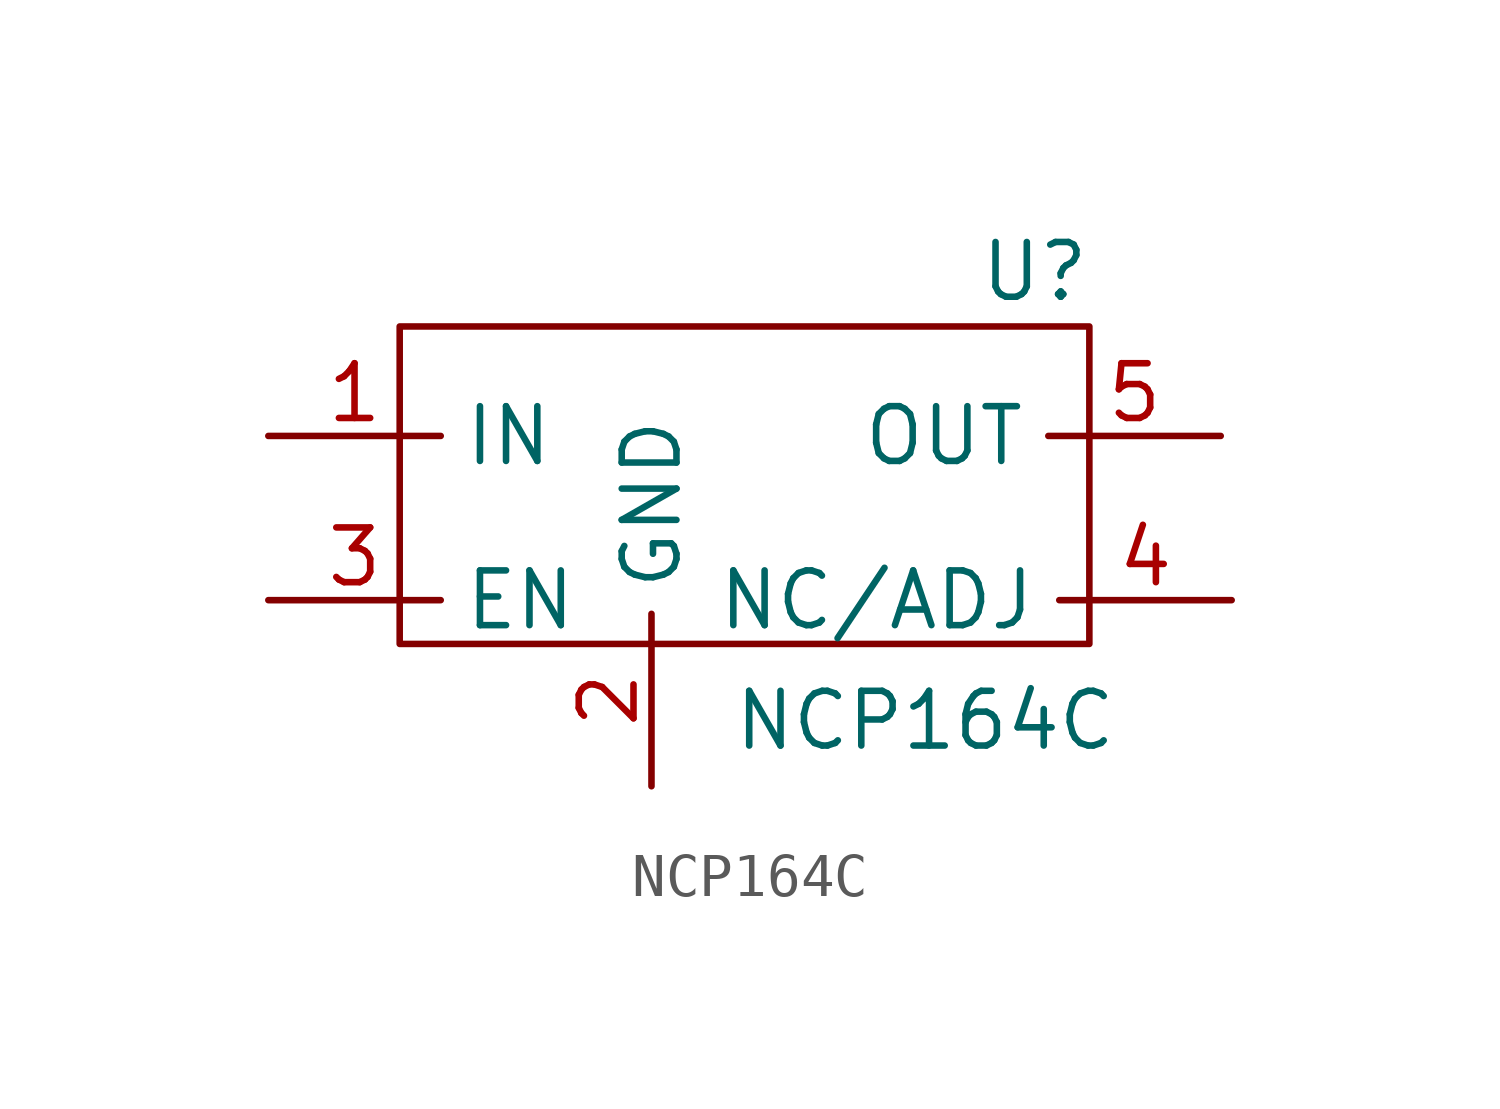
<source format=kicad_sym>
(kicad_symbol_lib
  (version 20211014)
  (generator kicad_symbol_editor)
  (symbol "NCP164C"
    (property "Reference" "U"
      (at 14.732 8.636 0)
      (effects (font (size 1.27 1.27))))
    (property "Value" "NCP164C"
      (at 12.192 -1.778 0)
      (effects (font (size 1.27 1.27))))
    (symbol "NCP164C_0_1"
      (polyline (pts (xy 0 0) (xy 15.748 0) (xy 16.002 0) (xy 16.002 7.366) (xy 0 7.366) (xy 0 0)) (stroke (width 0) (type default) (color 0 0 0 0)) (fill (type none))))
    (symbol "NCP164C_1_1"
      (pin free line (at -3.048 4.826 0) (length 4) (name "IN" (effects (font (size 1.27 1.27)))) (number "1" (effects (font (size 1.27 1.27)))))
      (pin free line (at 5.842 -3.302 90) (length 4) (name "GND" (effects (font (size 1.27 1.27)))) (number "2" (effects (font (size 1.27 1.27)))))
      (pin free line (at -3.048 1.016 0) (length 4) (name "EN" (effects (font (size 1.27 1.27)))) (number "3" (effects (font (size 1.27 1.27)))))
      (pin free line (at 19.304 1.016 180) (length 4) (name "NC/ADJ" (effects (font (size 1.27 1.27)))) (number "4" (effects (font (size 1.27 1.27)))))
      (pin free line (at 19.05 4.826 180) (length 4) (name "OUT" (effects (font (size 1.27 1.27)))) (number "5" (effects (font (size 1.27 1.27))))))))
</source>
